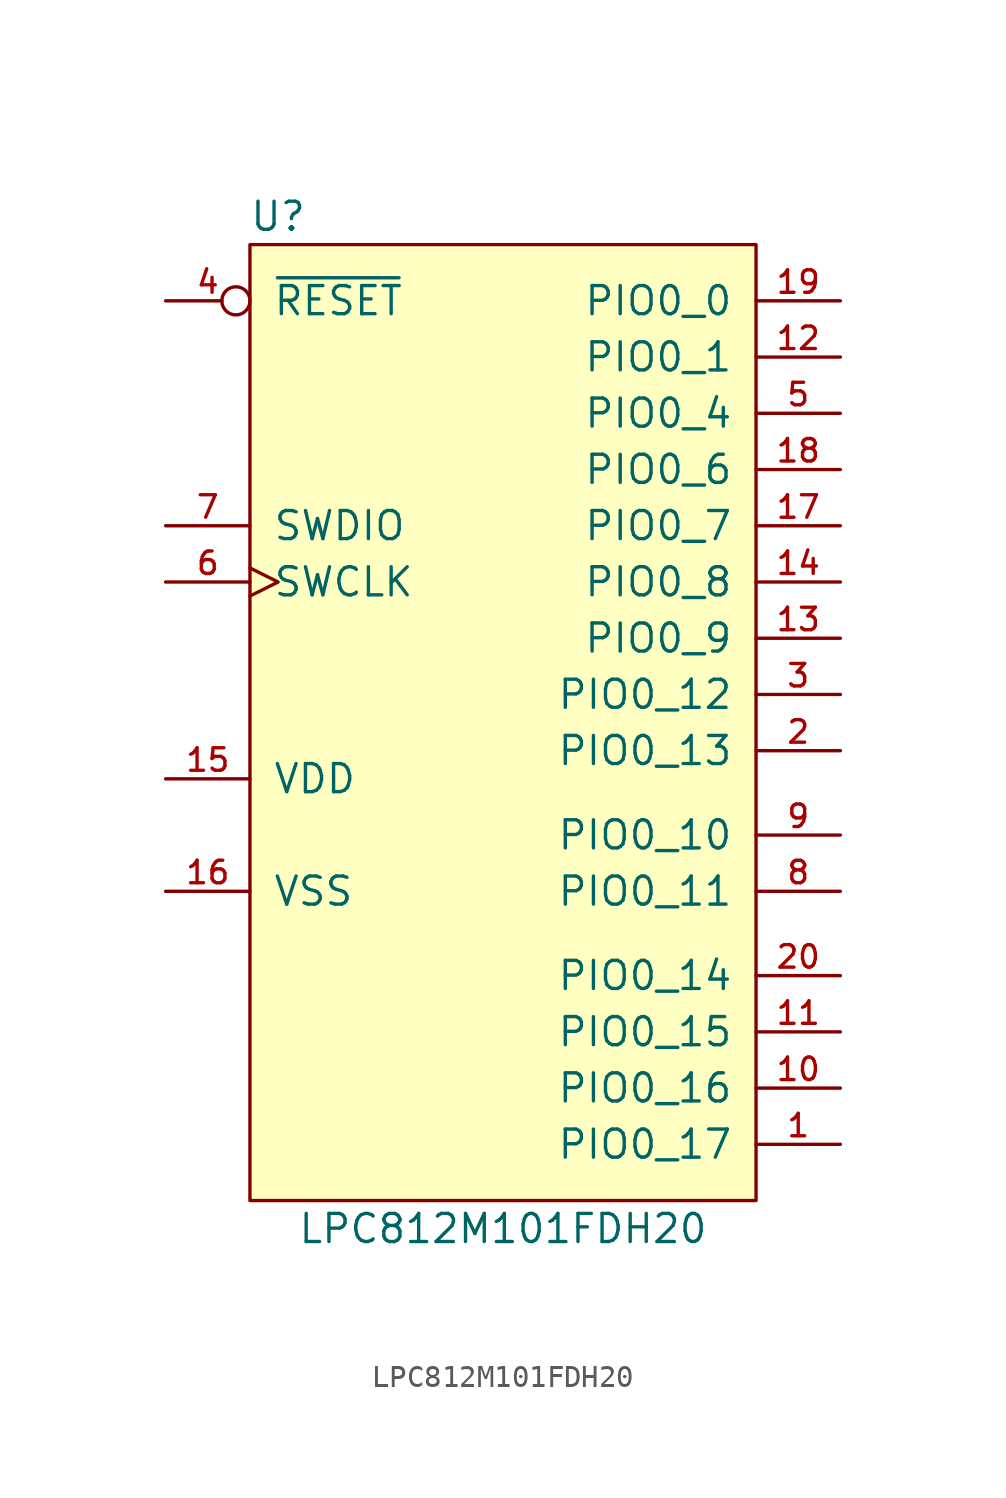
<source format=kicad_sym>
(kicad_symbol_lib
  (version 20211014)
  (generator kicad_symbol_editor)
  (symbol "LPC812M101FDH20"
    (pin_names
      (offset 1.016))
    (property "Reference" "U"
      (at -10.16 22.86 0)
      (effects (font (size 1.27 1.27))))
    (property "Value" "LPC812M101FDH20"
      (at 0 -22.86 0)
      (effects (font (size 1.27 1.27))))
    (symbol "LPC812M101FDH20_0_1"
      (rectangle (start -11.43 21.59) (end 11.43 -21.59) (stroke (width 0) (type default) (color 0 0 0 0)) (fill (type background))))
    (symbol "LPC812M101FDH20_1_1"
      (pin tri_state line (at 15.24 -19.05 180) (length 3.81) (name "PIO0_17" (effects (font (size 1.27 1.27)))) (number "1" (effects (font (size 1.016 1.016)))))
      (pin tri_state line (at 15.24 -16.51 180) (length 3.81) (name "PIO0_16" (effects (font (size 1.27 1.27)))) (number "10" (effects (font (size 1.016 1.016)))))
      (pin tri_state line (at 15.24 -13.97 180) (length 3.81) (name "PIO0_15" (effects (font (size 1.27 1.27)))) (number "11" (effects (font (size 1.016 1.016)))))
      (pin tri_state line (at 15.24 16.51 180) (length 3.81) (name "PIO0_1" (effects (font (size 1.27 1.27)))) (number "12" (effects (font (size 1.016 1.016)))))
      (pin tri_state line (at 15.24 3.81 180) (length 3.81) (name "PIO0_9" (effects (font (size 1.27 1.27)))) (number "13" (effects (font (size 1.016 1.016)))))
      (pin tri_state line (at 15.24 6.35 180) (length 3.81) (name "PIO0_8" (effects (font (size 1.27 1.27)))) (number "14" (effects (font (size 1.016 1.016)))))
      (pin power_in line (at -15.24 -2.54 0) (length 3.81) (name "VDD" (effects (font (size 1.27 1.27)))) (number "15" (effects (font (size 1.016 1.016)))))
      (pin power_in line (at -15.24 -7.62 0) (length 3.81) (name "VSS" (effects (font (size 1.27 1.27)))) (number "16" (effects (font (size 1.016 1.016)))))
      (pin tri_state line (at 15.24 8.89 180) (length 3.81) (name "PIO0_7" (effects (font (size 1.27 1.27)))) (number "17" (effects (font (size 1.016 1.016)))))
      (pin tri_state line (at 15.24 11.43 180) (length 3.81) (name "PIO0_6" (effects (font (size 1.27 1.27)))) (number "18" (effects (font (size 1.016 1.016)))))
      (pin tri_state line (at 15.24 19.05 180) (length 3.81) (name "PIO0_0" (effects (font (size 1.27 1.27)))) (number "19" (effects (font (size 1.016 1.016)))))
      (pin tri_state line (at 15.24 -1.27 180) (length 3.81) (name "PIO0_13" (effects (font (size 1.27 1.27)))) (number "2" (effects (font (size 1.016 1.016)))))
      (pin tri_state line (at 15.24 -11.43 180) (length 3.81) (name "PIO0_14" (effects (font (size 1.27 1.27)))) (number "20" (effects (font (size 1.016 1.016)))))
      (pin tri_state line (at 15.24 1.27 180) (length 3.81) (name "PIO0_12" (effects (font (size 1.27 1.27)))) (number "3" (effects (font (size 1.016 1.016)))))
      (pin input inverted (at -15.24 19.05 0) (length 3.81) (name "~{RESET}" (effects (font (size 1.27 1.27)))) (number "4" (effects (font (size 1.016 1.016)))))
      (pin tri_state line (at 15.24 13.97 180) (length 3.81) (name "PIO0_4" (effects (font (size 1.27 1.27)))) (number "5" (effects (font (size 1.016 1.016)))))
      (pin input clock (at -15.24 6.35 0) (length 3.81) (name "SWCLK" (effects (font (size 1.27 1.27)))) (number "6" (effects (font (size 1.016 1.016)))))
      (pin bidirectional line (at -15.24 8.89 0) (length 3.81) (name "SWDIO" (effects (font (size 1.27 1.27)))) (number "7" (effects (font (size 1.016 1.016)))))
      (pin open_collector line (at 15.24 -7.62 180) (length 3.81) (name "PIO0_11" (effects (font (size 1.27 1.27)))) (number "8" (effects (font (size 1.016 1.016)))))
      (pin open_collector line (at 15.24 -5.08 180) (length 3.81) (name "PIO0_10" (effects (font (size 1.27 1.27)))) (number "9" (effects (font (size 1.016 1.016))))))))
</source>
